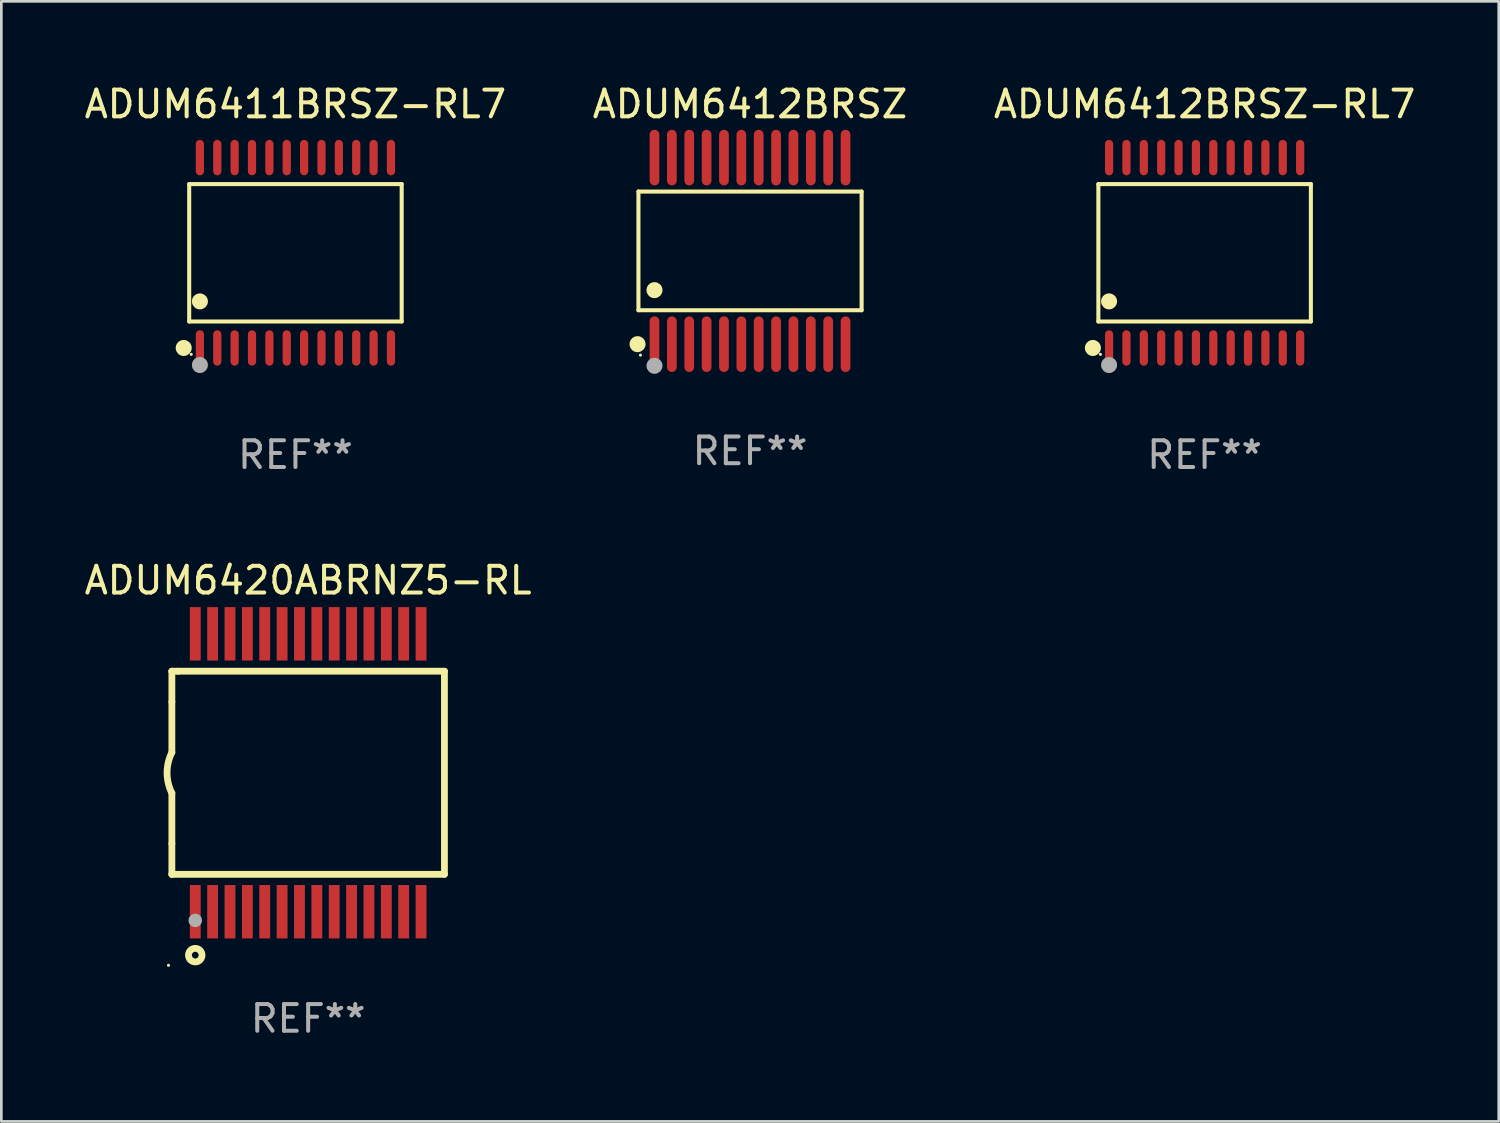
<source format=kicad_pcb>
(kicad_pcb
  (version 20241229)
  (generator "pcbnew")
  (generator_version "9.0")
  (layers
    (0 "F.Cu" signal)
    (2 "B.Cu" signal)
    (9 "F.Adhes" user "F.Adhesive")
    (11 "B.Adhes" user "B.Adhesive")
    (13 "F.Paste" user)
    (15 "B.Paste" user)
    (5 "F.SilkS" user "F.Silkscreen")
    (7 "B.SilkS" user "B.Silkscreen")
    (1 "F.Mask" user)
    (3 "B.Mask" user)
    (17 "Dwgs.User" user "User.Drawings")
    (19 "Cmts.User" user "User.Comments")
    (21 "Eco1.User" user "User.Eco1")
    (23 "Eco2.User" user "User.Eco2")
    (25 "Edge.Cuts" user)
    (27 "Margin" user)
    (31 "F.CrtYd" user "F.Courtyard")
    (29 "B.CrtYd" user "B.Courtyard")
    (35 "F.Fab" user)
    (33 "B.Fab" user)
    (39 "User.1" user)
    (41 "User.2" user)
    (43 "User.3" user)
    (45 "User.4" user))
  (footprint "ADUM6411BRSZ-RL7"
    (layer "F.Cu")
    (at 8.006 6.41)
    (property "Reference" "ADUM6411BRSZ-RL7" (at 0 -5.562 0) (layer "F.SilkS") (effects (font (size 1 1) (thickness 0.15))))
    (attr through_hole)
    (fp_line (start -3.976 -2.571) (end 3.976 -2.571) (stroke (width 0.152) (type solid)) (layer "F.SilkS"))
    (fp_line (start -3.976 2.571) (end -3.976 -2.571) (stroke (width 0.152) (type solid)) (layer "F.SilkS"))
    (fp_line (start 3.976 -2.571) (end 3.976 2.571) (stroke (width 0.152) (type solid)) (layer "F.SilkS"))
    (fp_line (start 3.976 2.571) (end -3.976 2.571) (stroke (width 0.152) (type solid)) (layer "F.SilkS"))
    (fp_circle (center -4.181 3.562) (end -4.031 3.562) (stroke (width 0.3) (type solid)) (fill no) (layer "F.SilkS"))
    (fp_circle (center -3.9 3.8) (end -3.87 3.8) (stroke (width 0.06) (type solid)) (fill no) (layer "F.SilkS"))
    (fp_circle (center -3.575 1.819) (end -3.425 1.819) (stroke (width 0.3) (type solid)) (fill no) (layer "F.SilkS"))
    (fp_circle (center -3.575 4.2) (end -3.425 4.2) (stroke (width 0.3) (type solid)) (fill no) (layer "F.Fab"))
    (fp_text user "REF**" (at 0 7.562 0) (layer "F.Fab") (effects (font (size 1 1) (thickness 0.15))))
    (pad "1" smd oval (at -3.575 3.562) (size 0.308 1.324) (layers "F.Cu" "F.Mask" "F.Paste"))
    (pad "2" smd oval (at -2.925 3.562) (size 0.308 1.324) (layers "F.Cu" "F.Mask" "F.Paste"))
    (pad "3" smd oval (at -2.275 3.562) (size 0.308 1.324) (layers "F.Cu" "F.Mask" "F.Paste"))
    (pad "4" smd oval (at -1.625 3.562) (size 0.308 1.324) (layers "F.Cu" "F.Mask" "F.Paste"))
    (pad "5" smd oval (at -0.975 3.562) (size 0.308 1.324) (layers "F.Cu" "F.Mask" "F.Paste"))
    (pad "6" smd oval (at -0.325 3.562) (size 0.308 1.324) (layers "F.Cu" "F.Mask" "F.Paste"))
    (pad "7" smd oval (at 0.325 3.562) (size 0.308 1.324) (layers "F.Cu" "F.Mask" "F.Paste"))
    (pad "8" smd oval (at 0.975 3.562) (size 0.308 1.324) (layers "F.Cu" "F.Mask" "F.Paste"))
    (pad "9" smd oval (at 1.625 3.562) (size 0.308 1.324) (layers "F.Cu" "F.Mask" "F.Paste"))
    (pad "10" smd oval (at 2.275 3.562) (size 0.308 1.324) (layers "F.Cu" "F.Mask" "F.Paste"))
    (pad "11" smd oval (at 2.925 3.562) (size 0.308 1.324) (layers "F.Cu" "F.Mask" "F.Paste"))
    (pad "12" smd oval (at 3.575 3.562) (size 0.308 1.324) (layers "F.Cu" "F.Mask" "F.Paste"))
    (pad "13" smd oval (at 3.575 -3.562) (size 0.308 1.324) (layers "F.Cu" "F.Mask" "F.Paste"))
    (pad "14" smd oval (at 2.925 -3.562) (size 0.308 1.324) (layers "F.Cu" "F.Mask" "F.Paste"))
    (pad "15" smd oval (at 2.275 -3.562) (size 0.308 1.324) (layers "F.Cu" "F.Mask" "F.Paste"))
    (pad "16" smd oval (at 1.625 -3.562) (size 0.308 1.324) (layers "F.Cu" "F.Mask" "F.Paste"))
    (pad "17" smd oval (at 0.975 -3.562) (size 0.308 1.324) (layers "F.Cu" "F.Mask" "F.Paste"))
    (pad "18" smd oval (at 0.325 -3.562) (size 0.308 1.324) (layers "F.Cu" "F.Mask" "F.Paste"))
    (pad "19" smd oval (at -0.325 -3.562) (size 0.308 1.324) (layers "F.Cu" "F.Mask" "F.Paste"))
    (pad "20" smd oval (at -0.975 -3.562) (size 0.308 1.324) (layers "F.Cu" "F.Mask" "F.Paste"))
    (pad "21" smd oval (at -1.625 -3.562) (size 0.308 1.324) (layers "F.Cu" "F.Mask" "F.Paste"))
    (pad "22" smd oval (at -2.275 -3.562) (size 0.308 1.324) (layers "F.Cu" "F.Mask" "F.Paste"))
    (pad "23" smd oval (at -2.925 -3.562) (size 0.308 1.324) (layers "F.Cu" "F.Mask" "F.Paste"))
    (pad "24" smd oval (at -3.575 -3.562) (size 0.308 1.324) (layers "F.Cu" "F.Mask" "F.Paste")))
  (footprint "ADUM6420ABRNZ5-RL"
    (layer "F.Cu")
    (at 8.482 25.869)
    (property "Reference" "ADUM6420ABRNZ5-RL" (at 0 -7.2 0) (layer "F.SilkS") (effects (font (size 1 1) (thickness 0.15))))
    (attr through_hole)
    (fp_line (start -5.1 -3.8) (end -5.1 -3.8) (stroke (width 0.254) (type solid)) (layer "F.SilkS"))
    (fp_line (start -5.1 -3.8) (end -4.875 -3.8) (stroke (width 0.254) (type solid)) (layer "F.SilkS"))
    (fp_line (start -5.1 -2.65) (end -5.1 -3.8) (stroke (width 0.254) (type solid)) (layer "F.SilkS"))
    (fp_line (start -5.1 3.8) (end -5.1 2.65) (stroke (width 0.254) (type solid)) (layer "F.SilkS"))
    (fp_line (start -5.1 3.8) (end -5.1 3.8) (stroke (width 0.254) (type solid)) (layer "F.SilkS"))
    (fp_line (start -5.1 -2.65) (end -5.1 -0.762) (stroke (width 0.254) (type solid)) (layer "F.SilkS"))
    (fp_line (start -5.1 2.65) (end -5.1 0.762) (stroke (width 0.254) (type solid)) (layer "F.SilkS"))
    (fp_line (start 5.1 -3.8) (end -4.875 -3.8) (stroke (width 0.254) (type solid)) (layer "F.SilkS"))
    (fp_line (start 5.1 3.8) (end 5.1 -3.8) (stroke (width 0.254) (type solid)) (layer "F.SilkS"))
    (fp_line (start 5.1 3.8) (end -5.1 3.8) (stroke (width 0.254) (type solid)) (layer "F.SilkS"))
    (fp_arc (start -5.10033 0.762001) (mid -5.280101 -0.000039) (end -5.1 -0.762002) (stroke (width 0.254001) (type solid)) (layer "F.SilkS"))
    (fp_circle (center -5.227 7.206) (end -5.197 7.206) (stroke (width 0.06) (type solid)) (fill no) (layer "F.SilkS"))
    (fp_circle (center -4.225 6.825) (end -3.971 6.825) (stroke (width 0.254) (type solid)) (fill no) (layer "F.SilkS"))
    (fp_circle (center -4.225 5.525) (end -4.098 5.525) (stroke (width 0.254) (type solid)) (fill no) (layer "F.Fab"))
    (fp_text user "REF**" (at 0 9.2 0) (layer "F.Fab") (effects (font (size 1 1) (thickness 0.15))))
    (pad "1" smd rect (at -4.225 5.2 90) (size 2 0.406) (layers "F.Cu" "F.Mask" "F.Paste"))
    (pad "2" smd rect (at -3.575 5.2 90) (size 2 0.406) (layers "F.Cu" "F.Mask" "F.Paste"))
    (pad "3" smd rect (at -2.925 5.2 90) (size 2 0.406) (layers "F.Cu" "F.Mask" "F.Paste"))
    (pad "4" smd rect (at -2.275 5.2 90) (size 2 0.406) (layers "F.Cu" "F.Mask" "F.Paste"))
    (pad "5" smd rect (at -1.625 5.2 90) (size 2 0.406) (layers "F.Cu" "F.Mask" "F.Paste"))
    (pad "6" smd rect (at -0.975 5.2 90) (size 2 0.406) (layers "F.Cu" "F.Mask" "F.Paste"))
    (pad "7" smd rect (at -0.325 5.2 90) (size 2 0.406) (layers "F.Cu" "F.Mask" "F.Paste"))
    (pad "8" smd rect (at 0.325 5.2 90) (size 2 0.406) (layers "F.Cu" "F.Mask" "F.Paste"))
    (pad "9" smd rect (at 0.975 5.2 90) (size 2 0.406) (layers "F.Cu" "F.Mask" "F.Paste"))
    (pad "10" smd rect (at 1.625 5.2 90) (size 2 0.406) (layers "F.Cu" "F.Mask" "F.Paste"))
    (pad "11" smd rect (at 2.275 5.2 90) (size 2 0.406) (layers "F.Cu" "F.Mask" "F.Paste"))
    (pad "12" smd rect (at 2.925 5.2 90) (size 2 0.406) (layers "F.Cu" "F.Mask" "F.Paste"))
    (pad "13" smd rect (at 3.575 5.2 90) (size 2 0.406) (layers "F.Cu" "F.Mask" "F.Paste"))
    (pad "14" smd rect (at 4.225 5.2 90) (size 2 0.406) (layers "F.Cu" "F.Mask" "F.Paste"))
    (pad "15" smd rect (at 4.225 -5.2 90) (size 2 0.406) (layers "F.Cu" "F.Mask" "F.Paste"))
    (pad "16" smd rect (at 3.575 -5.2 90) (size 2 0.406) (layers "F.Cu" "F.Mask" "F.Paste"))
    (pad "17" smd rect (at 2.925 -5.2 90) (size 2 0.406) (layers "F.Cu" "F.Mask" "F.Paste"))
    (pad "18" smd rect (at 2.275 -5.2 90) (size 2 0.406) (layers "F.Cu" "F.Mask" "F.Paste"))
    (pad "19" smd rect (at 1.625 -5.2 90) (size 2 0.406) (layers "F.Cu" "F.Mask" "F.Paste"))
    (pad "20" smd rect (at 0.975 -5.2 90) (size 2 0.406) (layers "F.Cu" "F.Mask" "F.Paste"))
    (pad "21" smd rect (at 0.325 -5.2 90) (size 2 0.406) (layers "F.Cu" "F.Mask" "F.Paste"))
    (pad "22" smd rect (at -0.325 -5.2 90) (size 2 0.406) (layers "F.Cu" "F.Mask" "F.Paste"))
    (pad "23" smd rect (at -0.975 -5.2 90) (size 2 0.406) (layers "F.Cu" "F.Mask" "F.Paste"))
    (pad "24" smd rect (at -1.625 -5.2 90) (size 2 0.406) (layers "F.Cu" "F.Mask" "F.Paste"))
    (pad "25" smd rect (at -2.275 -5.2 90) (size 2 0.406) (layers "F.Cu" "F.Mask" "F.Paste"))
    (pad "26" smd rect (at -2.925 -5.2 90) (size 2 0.406) (layers "F.Cu" "F.Mask" "F.Paste"))
    (pad "27" smd rect (at -3.575 -5.2 90) (size 2 0.406) (layers "F.Cu" "F.Mask" "F.Paste"))
    (pad "28" smd rect (at -4.225 -5.2 90) (size 2 0.406) (layers "F.Cu" "F.Mask" "F.Paste")))
  (footprint "ADUM6412BRSZ-RL7"
    (layer "F.Cu")
    (at 42.03 6.41)
    (property "Reference" "ADUM6412BRSZ-RL7" (at 0 -5.562 0) (layer "F.SilkS") (effects (font (size 1 1) (thickness 0.15))))
    (attr through_hole)
    (fp_line (start -3.976 -2.571) (end 3.976 -2.571) (stroke (width 0.152) (type solid)) (layer "F.SilkS"))
    (fp_line (start -3.976 2.571) (end -3.976 -2.571) (stroke (width 0.152) (type solid)) (layer "F.SilkS"))
    (fp_line (start 3.976 -2.571) (end 3.976 2.571) (stroke (width 0.152) (type solid)) (layer "F.SilkS"))
    (fp_line (start 3.976 2.571) (end -3.976 2.571) (stroke (width 0.152) (type solid)) (layer "F.SilkS"))
    (fp_circle (center -4.181 3.562) (end -4.031 3.562) (stroke (width 0.3) (type solid)) (fill no) (layer "F.SilkS"))
    (fp_circle (center -3.9 3.8) (end -3.87 3.8) (stroke (width 0.06) (type solid)) (fill no) (layer "F.SilkS"))
    (fp_circle (center -3.575 1.819) (end -3.425 1.819) (stroke (width 0.3) (type solid)) (fill no) (layer "F.SilkS"))
    (fp_circle (center -3.575 4.2) (end -3.425 4.2) (stroke (width 0.3) (type solid)) (fill no) (layer "F.Fab"))
    (fp_text user "REF**" (at 0 7.562 0) (layer "F.Fab") (effects (font (size 1 1) (thickness 0.15))))
    (pad "1" smd oval (at -3.575 3.562) (size 0.308 1.324) (layers "F.Cu" "F.Mask" "F.Paste"))
    (pad "2" smd oval (at -2.925 3.562) (size 0.308 1.324) (layers "F.Cu" "F.Mask" "F.Paste"))
    (pad "3" smd oval (at -2.275 3.562) (size 0.308 1.324) (layers "F.Cu" "F.Mask" "F.Paste"))
    (pad "4" smd oval (at -1.625 3.562) (size 0.308 1.324) (layers "F.Cu" "F.Mask" "F.Paste"))
    (pad "5" smd oval (at -0.975 3.562) (size 0.308 1.324) (layers "F.Cu" "F.Mask" "F.Paste"))
    (pad "6" smd oval (at -0.325 3.562) (size 0.308 1.324) (layers "F.Cu" "F.Mask" "F.Paste"))
    (pad "7" smd oval (at 0.325 3.562) (size 0.308 1.324) (layers "F.Cu" "F.Mask" "F.Paste"))
    (pad "8" smd oval (at 0.975 3.562) (size 0.308 1.324) (layers "F.Cu" "F.Mask" "F.Paste"))
    (pad "9" smd oval (at 1.625 3.562) (size 0.308 1.324) (layers "F.Cu" "F.Mask" "F.Paste"))
    (pad "10" smd oval (at 2.275 3.562) (size 0.308 1.324) (layers "F.Cu" "F.Mask" "F.Paste"))
    (pad "11" smd oval (at 2.925 3.562) (size 0.308 1.324) (layers "F.Cu" "F.Mask" "F.Paste"))
    (pad "12" smd oval (at 3.575 3.562) (size 0.308 1.324) (layers "F.Cu" "F.Mask" "F.Paste"))
    (pad "13" smd oval (at 3.575 -3.562) (size 0.308 1.324) (layers "F.Cu" "F.Mask" "F.Paste"))
    (pad "14" smd oval (at 2.925 -3.562) (size 0.308 1.324) (layers "F.Cu" "F.Mask" "F.Paste"))
    (pad "15" smd oval (at 2.275 -3.562) (size 0.308 1.324) (layers "F.Cu" "F.Mask" "F.Paste"))
    (pad "16" smd oval (at 1.625 -3.562) (size 0.308 1.324) (layers "F.Cu" "F.Mask" "F.Paste"))
    (pad "17" smd oval (at 0.975 -3.562) (size 0.308 1.324) (layers "F.Cu" "F.Mask" "F.Paste"))
    (pad "18" smd oval (at 0.325 -3.562) (size 0.308 1.324) (layers "F.Cu" "F.Mask" "F.Paste"))
    (pad "19" smd oval (at -0.325 -3.562) (size 0.308 1.324) (layers "F.Cu" "F.Mask" "F.Paste"))
    (pad "20" smd oval (at -0.975 -3.562) (size 0.308 1.324) (layers "F.Cu" "F.Mask" "F.Paste"))
    (pad "21" smd oval (at -1.625 -3.562) (size 0.308 1.324) (layers "F.Cu" "F.Mask" "F.Paste"))
    (pad "22" smd oval (at -2.275 -3.562) (size 0.308 1.324) (layers "F.Cu" "F.Mask" "F.Paste"))
    (pad "23" smd oval (at -2.925 -3.562) (size 0.308 1.324) (layers "F.Cu" "F.Mask" "F.Paste"))
    (pad "24" smd oval (at -3.575 -3.562) (size 0.308 1.324) (layers "F.Cu" "F.Mask" "F.Paste")))
  (footprint "ADUM6412BRSZ"
    (layer "F.Cu")
    (at 25.018 6.339)
    (property "Reference" "ADUM6412BRSZ" (at 0 -5.491 0) (layer "F.SilkS") (effects (font (size 1 1) (thickness 0.15))))
    (attr through_hole)
    (fp_line (start -4.176 -2.221) (end 4.176 -2.221) (stroke (width 0.152) (type solid)) (layer "F.SilkS"))
    (fp_line (start -4.176 2.221) (end -4.176 -2.221) (stroke (width 0.152) (type solid)) (layer "F.SilkS"))
    (fp_line (start 4.176 -2.221) (end 4.176 2.221) (stroke (width 0.152) (type solid)) (layer "F.SilkS"))
    (fp_line (start 4.176 2.221) (end -4.176 2.221) (stroke (width 0.152) (type solid)) (layer "F.SilkS"))
    (fp_circle (center -4.209 3.491) (end -4.059 3.491) (stroke (width 0.3) (type solid)) (fill no) (layer "F.SilkS"))
    (fp_circle (center -4.1 3.9) (end -4.07 3.9) (stroke (width 0.06) (type solid)) (fill no) (layer "F.SilkS"))
    (fp_circle (center -3.575 1.469) (end -3.425 1.469) (stroke (width 0.3) (type solid)) (fill no) (layer "F.SilkS"))
    (fp_circle (center -3.575 4.3) (end -3.425 4.3) (stroke (width 0.3) (type solid)) (fill no) (layer "F.Fab"))
    (fp_text user "REF**" (at 0 7.491 0) (layer "F.Fab") (effects (font (size 1 1) (thickness 0.15))))
    (pad "1" smd oval (at -3.575 3.491) (size 0.364 2.082) (layers "F.Cu" "F.Mask" "F.Paste"))
    (pad "2" smd oval (at -2.925 3.491) (size 0.364 2.082) (layers "F.Cu" "F.Mask" "F.Paste"))
    (pad "3" smd oval (at -2.275 3.491) (size 0.364 2.082) (layers "F.Cu" "F.Mask" "F.Paste"))
    (pad "4" smd oval (at -1.625 3.491) (size 0.364 2.082) (layers "F.Cu" "F.Mask" "F.Paste"))
    (pad "5" smd oval (at -0.975 3.491) (size 0.364 2.082) (layers "F.Cu" "F.Mask" "F.Paste"))
    (pad "6" smd oval (at -0.325 3.491) (size 0.364 2.082) (layers "F.Cu" "F.Mask" "F.Paste"))
    (pad "7" smd oval (at 0.325 3.491) (size 0.364 2.082) (layers "F.Cu" "F.Mask" "F.Paste"))
    (pad "8" smd oval (at 0.975 3.491) (size 0.364 2.082) (layers "F.Cu" "F.Mask" "F.Paste"))
    (pad "9" smd oval (at 1.625 3.491) (size 0.364 2.082) (layers "F.Cu" "F.Mask" "F.Paste"))
    (pad "10" smd oval (at 2.275 3.491) (size 0.364 2.082) (layers "F.Cu" "F.Mask" "F.Paste"))
    (pad "11" smd oval (at 2.925 3.491) (size 0.364 2.082) (layers "F.Cu" "F.Mask" "F.Paste"))
    (pad "12" smd oval (at 3.575 3.491) (size 0.364 2.082) (layers "F.Cu" "F.Mask" "F.Paste"))
    (pad "13" smd oval (at 3.575 -3.491) (size 0.364 2.082) (layers "F.Cu" "F.Mask" "F.Paste"))
    (pad "14" smd oval (at 2.925 -3.491) (size 0.364 2.082) (layers "F.Cu" "F.Mask" "F.Paste"))
    (pad "15" smd oval (at 2.275 -3.491) (size 0.364 2.082) (layers "F.Cu" "F.Mask" "F.Paste"))
    (pad "16" smd oval (at 1.625 -3.491) (size 0.364 2.082) (layers "F.Cu" "F.Mask" "F.Paste"))
    (pad "17" smd oval (at 0.975 -3.491) (size 0.364 2.082) (layers "F.Cu" "F.Mask" "F.Paste"))
    (pad "18" smd oval (at 0.325 -3.491) (size 0.364 2.082) (layers "F.Cu" "F.Mask" "F.Paste"))
    (pad "19" smd oval (at -0.325 -3.491) (size 0.364 2.082) (layers "F.Cu" "F.Mask" "F.Paste"))
    (pad "20" smd oval (at -0.975 -3.491) (size 0.364 2.082) (layers "F.Cu" "F.Mask" "F.Paste"))
    (pad "21" smd oval (at -1.625 -3.491) (size 0.364 2.082) (layers "F.Cu" "F.Mask" "F.Paste"))
    (pad "22" smd oval (at -2.275 -3.491) (size 0.364 2.082) (layers "F.Cu" "F.Mask" "F.Paste"))
    (pad "23" smd oval (at -2.925 -3.491) (size 0.364 2.082) (layers "F.Cu" "F.Mask" "F.Paste"))
    (pad "24" smd oval (at -3.575 -3.491) (size 0.364 2.082) (layers "F.Cu" "F.Mask" "F.Paste")))
  (gr_rect
    (start -3 -3)
    (end 53.036 38.917)
    (stroke (width 0.1) (type default))
    (fill no)
    (layer "Edge.Cuts")))
</source>
